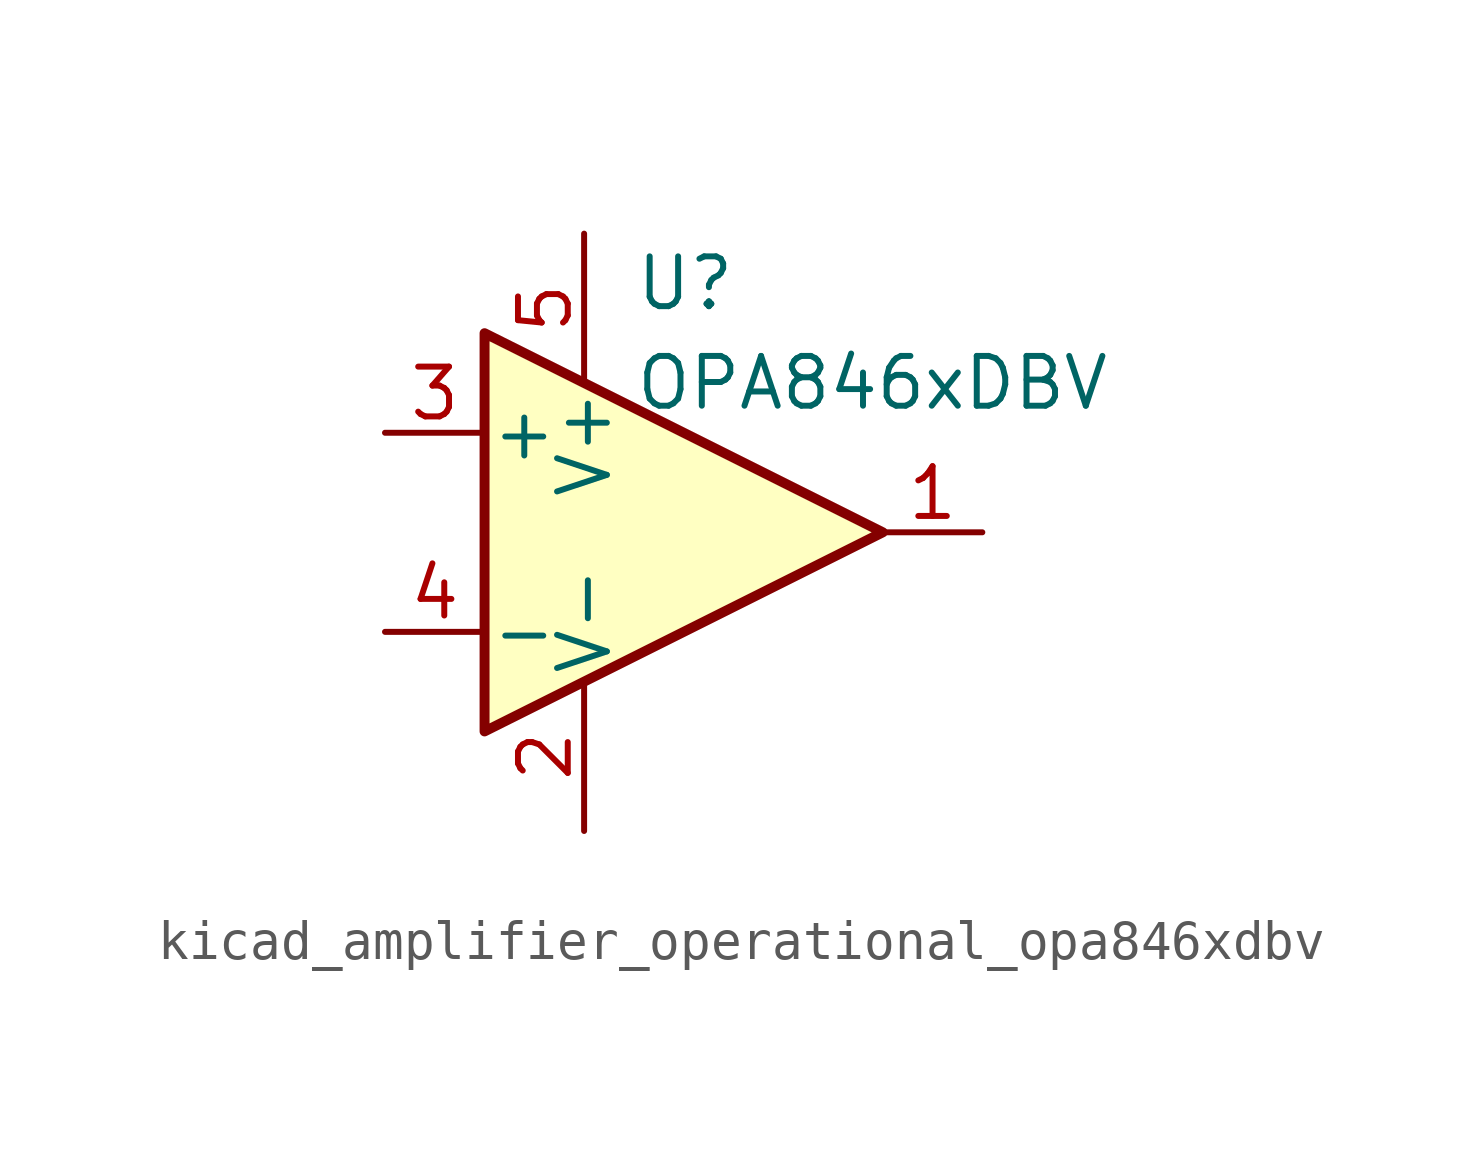
<source format=kicad_sym>
(kicad_symbol_lib
  (version 20220914)
  (generator kicad_symbol_editor)
  (symbol "kicad_amplifier_operational_opa846xdbv"
    (pin_names
      (offset 0.127))
    (property "Reference" "U"
      (at -1.27 6.35 0)
      (effects (font (size 1.27 1.27)) (justify left)))
    (property "Value" "OPA846xDBV"
      (at -1.27 3.81 0)
      (effects (font (size 1.27 1.27)) (justify left)))
    (symbol "kicad_amplifier_operational_opa846xdbv_0_1"
      (polyline (pts (xy -5.08 5.08) (xy 5.08 0) (xy -5.08 -5.08) (xy -5.08 5.08)) (stroke (width 0.254) (type default)) (fill (type background)))
      (pin power_in line (at -2.54 -7.62 90) (length 3.81) (name "V-" (effects (font (size 1.27 1.27)))) (number "2" (effects (font (size 1.27 1.27)))))
      (pin power_in line (at -2.54 7.62 270) (length 3.81) (name "V+" (effects (font (size 1.27 1.27)))) (number "5" (effects (font (size 1.27 1.27))))))
    (symbol "kicad_amplifier_operational_opa846xdbv_1_1"
      (pin output line (at 7.62 0 180) (length 2.54) (name "~" (effects (font (size 1.27 1.27)))) (number "1" (effects (font (size 1.27 1.27)))))
      (pin input line (at -7.62 2.54 0) (length 2.54) (name "+" (effects (font (size 1.27 1.27)))) (number "3" (effects (font (size 1.27 1.27)))))
      (pin input line (at -7.62 -2.54 0) (length 2.54) (name "-" (effects (font (size 1.27 1.27)))) (number "4" (effects (font (size 1.27 1.27))))))))
</source>
